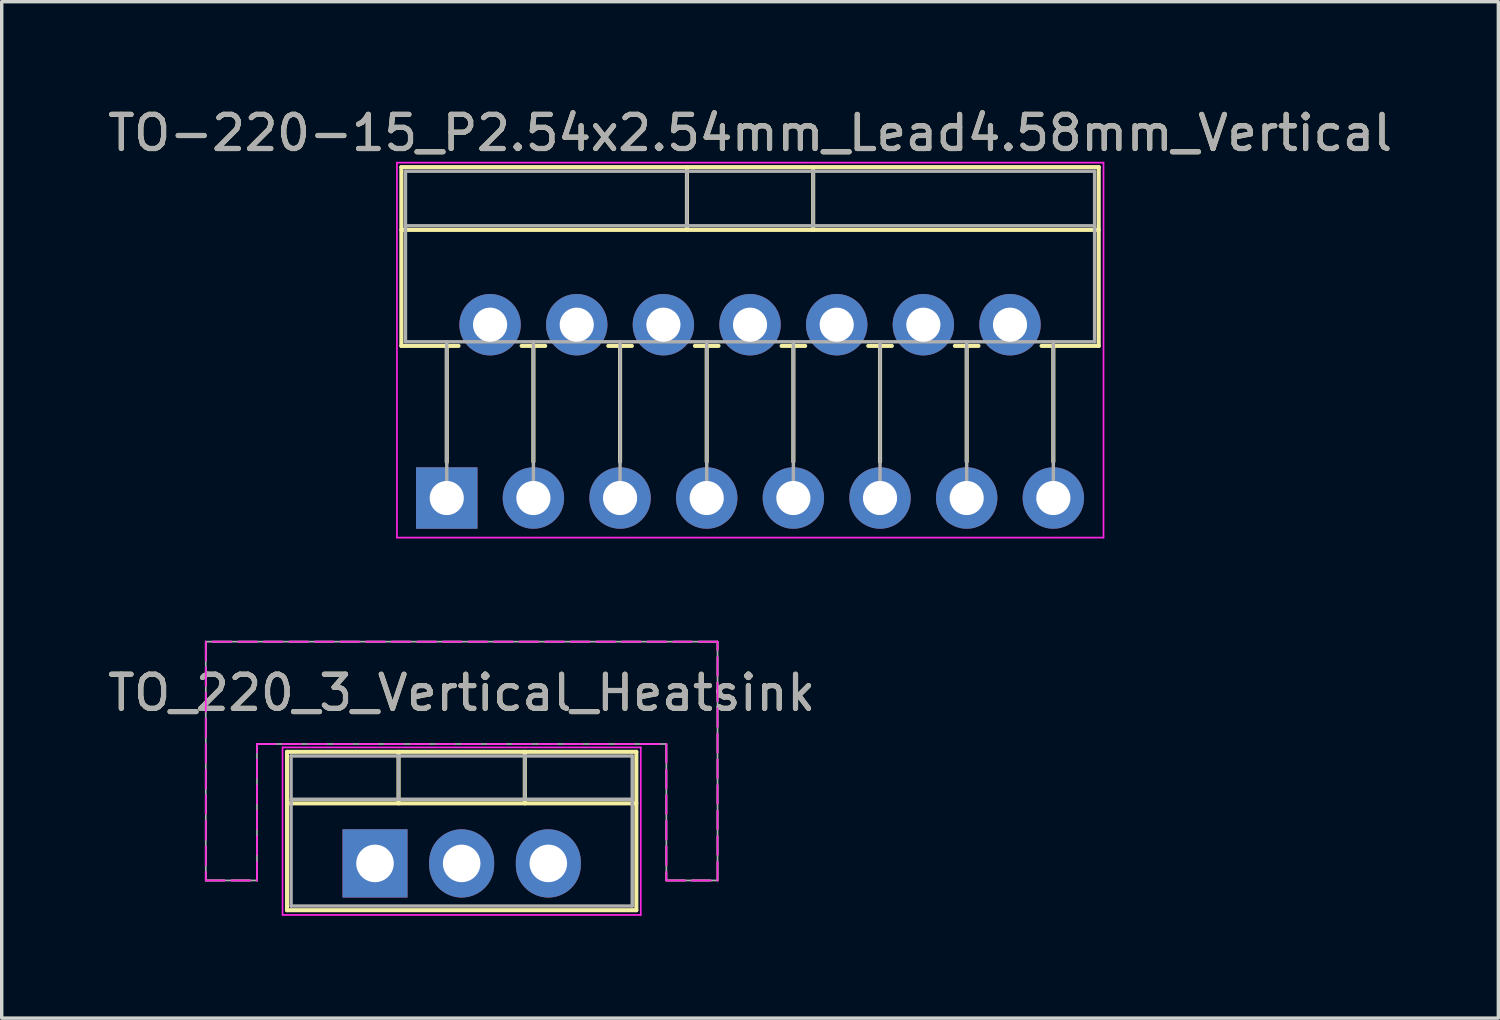
<source format=kicad_pcb>
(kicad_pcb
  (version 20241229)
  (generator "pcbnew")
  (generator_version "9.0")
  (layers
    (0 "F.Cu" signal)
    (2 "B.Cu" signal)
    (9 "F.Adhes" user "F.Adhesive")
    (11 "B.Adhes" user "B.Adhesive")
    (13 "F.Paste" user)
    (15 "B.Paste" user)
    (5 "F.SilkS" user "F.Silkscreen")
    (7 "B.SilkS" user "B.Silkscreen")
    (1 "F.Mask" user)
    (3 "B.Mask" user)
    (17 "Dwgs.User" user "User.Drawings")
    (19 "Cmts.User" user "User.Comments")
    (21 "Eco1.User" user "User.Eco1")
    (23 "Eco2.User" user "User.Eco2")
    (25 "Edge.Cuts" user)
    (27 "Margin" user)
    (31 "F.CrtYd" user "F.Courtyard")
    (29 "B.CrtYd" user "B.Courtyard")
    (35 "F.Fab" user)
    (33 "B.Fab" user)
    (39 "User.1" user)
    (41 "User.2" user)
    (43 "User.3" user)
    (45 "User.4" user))
  (footprint "TO_220_3_Vertical_Heatsink"
    (layer "F.Cu")
    (at 10.482 22.258)
    (property "Reference" "TO_220_3_Vertical_Heatsink" (at 0 -5 0) (layer "F.SilkS") (effects (font (size 1 1) (thickness 0.15))))
    (attr through_hole)
    (fp_line (start -5.12 -3.27) (end -5.12 1.371) (stroke (width 0.12) (type solid)) (layer "F.SilkS"))
    (fp_line (start -5.12 -3.27) (end 5.12 -3.27) (stroke (width 0.12) (type solid)) (layer "F.SilkS"))
    (fp_line (start -5.12 -1.76) (end 5.12 -1.76) (stroke (width 0.12) (type solid)) (layer "F.SilkS"))
    (fp_line (start -5.12 1.371) (end 5.12 1.371) (stroke (width 0.12) (type solid)) (layer "F.SilkS"))
    (fp_line (start -1.85 -3.27) (end -1.85 -1.76) (stroke (width 0.12) (type solid)) (layer "F.SilkS"))
    (fp_line (start 1.851 -3.27) (end 1.851 -1.76) (stroke (width 0.12) (type solid)) (layer "F.SilkS"))
    (fp_line (start 5.12 -3.27) (end 5.12 1.371) (stroke (width 0.12) (type solid)) (layer "F.SilkS"))
    (fp_poly (pts (xy 7.5 -6.5) (xy -7.5 -6.5) (xy -7.5 0.5) (xy -6 0.5) (xy -6 -3.5) (xy 6 -3.5) (xy 6 0.5) (xy 7.5 0.5)) (stroke (width 0.05) (type dash)) (fill no) (layer "F.SilkS"))
    (fp_line (start -5.25 -3.4) (end -5.25 1.51) (stroke (width 0.05) (type solid)) (layer "F.CrtYd"))
    (fp_line (start -5.25 1.51) (end 5.25 1.51) (stroke (width 0.05) (type solid)) (layer "F.CrtYd"))
    (fp_line (start 5.25 -3.4) (end -5.25 -3.4) (stroke (width 0.05) (type solid)) (layer "F.CrtYd"))
    (fp_line (start 5.25 1.51) (end 5.25 -3.4) (stroke (width 0.05) (type solid)) (layer "F.CrtYd"))
    (fp_poly (pts (xy 7.5 -6.5) (xy -7.5 -6.5) (xy -7.5 0.5) (xy -6 0.5) (xy -6 -3.5) (xy 6 -3.5) (xy 6 0.5) (xy 7.5 0.5)) (stroke (width 0.05) (type dash)) (fill no) (layer "F.CrtYd"))
    (fp_line (start -5 -3.15) (end -5 1.25) (stroke (width 0.1) (type solid)) (layer "F.Fab"))
    (fp_line (start -5 -1.88) (end 5 -1.88) (stroke (width 0.1) (type solid)) (layer "F.Fab"))
    (fp_line (start -5 1.25) (end 5 1.25) (stroke (width 0.1) (type solid)) (layer "F.Fab"))
    (fp_line (start -1.85 -3.15) (end -1.85 -1.88) (stroke (width 0.1) (type solid)) (layer "F.Fab"))
    (fp_line (start 1.85 -3.15) (end 1.85 -1.88) (stroke (width 0.1) (type solid)) (layer "F.Fab"))
    (fp_line (start 5 -3.15) (end -5 -3.15) (stroke (width 0.1) (type solid)) (layer "F.Fab"))
    (fp_line (start 5 1.25) (end 5 -3.15) (stroke (width 0.1) (type solid)) (layer "F.Fab"))
    (fp_poly (pts (xy 7.5 -6.5) (xy -7.5 -6.5) (xy -7.5 0.5) (xy -6 0.5) (xy -6 -3.5) (xy 6 -3.5) (xy 6 0.5) (xy 7.5 0.5)) (stroke (width 0.05) (type solid)) (fill no) (layer "F.Fab"))
    (fp_text user "${REFERENCE}" (at 0 -5 0) (layer "F.Fab") (effects (font (size 1 1) (thickness 0.15))))
    (pad "1" thru_hole rect (at -2.54 0) (size 1.905 2) (drill 1.1) (layers "*.Cu" "*.Mask"))
    (pad "2" thru_hole oval (at 0 0) (size 1.905 2) (drill 1.1) (layers "*.Cu" "*.Mask"))
    (pad "3" thru_hole oval (at 2.54 0) (size 1.905 2) (drill 1.1) (layers "*.Cu" "*.Mask")))
  (footprint "TO-220-15_P2.54x2.54mm_Lead4.58mm_Vertical"
    (layer "F.Cu")
    (at 10.045 11.548)
    (property "Reference" "TO-220-15_P2.54x2.54mm_Lead4.58mm_Vertical" (at 8.89 -10.7 0) (layer "F.SilkS") (effects (font (size 1 1) (thickness 0.15))))
    (attr through_hole)
    (fp_line (start -1.33 -9.7) (end -1.33 -4.459) (stroke (width 0.12) (type solid)) (layer "F.SilkS"))
    (fp_line (start -1.33 -9.7) (end 19.11 -9.7) (stroke (width 0.12) (type solid)) (layer "F.SilkS"))
    (fp_line (start -1.33 -7.86) (end 19.11 -7.86) (stroke (width 0.12) (type solid)) (layer "F.SilkS"))
    (fp_line (start -1.33 -4.459) (end 0.346 -4.459) (stroke (width 0.12) (type solid)) (layer "F.SilkS"))
    (fp_line (start 0 -4.459) (end 0 -1.05) (stroke (width 0.12) (type solid)) (layer "F.SilkS"))
    (fp_line (start 2.195 -4.459) (end 2.886 -4.459) (stroke (width 0.12) (type solid)) (layer "F.SilkS"))
    (fp_line (start 2.54 -4.459) (end 2.54 -1.065) (stroke (width 0.12) (type solid)) (layer "F.SilkS"))
    (fp_line (start 4.735 -4.459) (end 5.426 -4.459) (stroke (width 0.12) (type solid)) (layer "F.SilkS"))
    (fp_line (start 5.08 -4.459) (end 5.08 -1.065) (stroke (width 0.12) (type solid)) (layer "F.SilkS"))
    (fp_line (start 7.041 -9.7) (end 7.041 -7.86) (stroke (width 0.12) (type solid)) (layer "F.SilkS"))
    (fp_line (start 7.275 -4.459) (end 7.966 -4.459) (stroke (width 0.12) (type solid)) (layer "F.SilkS"))
    (fp_line (start 7.62 -4.459) (end 7.62 -1.065) (stroke (width 0.12) (type solid)) (layer "F.SilkS"))
    (fp_line (start 9.815 -4.459) (end 10.506 -4.459) (stroke (width 0.12) (type solid)) (layer "F.SilkS"))
    (fp_line (start 10.16 -4.459) (end 10.16 -1.065) (stroke (width 0.12) (type solid)) (layer "F.SilkS"))
    (fp_line (start 10.74 -9.7) (end 10.74 -7.86) (stroke (width 0.12) (type solid)) (layer "F.SilkS"))
    (fp_line (start 12.355 -4.459) (end 13.046 -4.459) (stroke (width 0.12) (type solid)) (layer "F.SilkS"))
    (fp_line (start 12.7 -4.459) (end 12.7 -1.065) (stroke (width 0.12) (type solid)) (layer "F.SilkS"))
    (fp_line (start 14.895 -4.459) (end 15.586 -4.459) (stroke (width 0.12) (type solid)) (layer "F.SilkS"))
    (fp_line (start 15.24 -4.459) (end 15.24 -1.065) (stroke (width 0.12) (type solid)) (layer "F.SilkS"))
    (fp_line (start 17.435 -4.459) (end 19.11 -4.459) (stroke (width 0.12) (type solid)) (layer "F.SilkS"))
    (fp_line (start 17.78 -4.459) (end 17.78 -1.065) (stroke (width 0.12) (type solid)) (layer "F.SilkS"))
    (fp_line (start 19.11 -9.7) (end 19.11 -4.459) (stroke (width 0.12) (type solid)) (layer "F.SilkS"))
    (fp_line (start -1.46 -9.83) (end -1.46 1.16) (stroke (width 0.05) (type solid)) (layer "F.CrtYd"))
    (fp_line (start -1.46 1.16) (end 19.25 1.16) (stroke (width 0.05) (type solid)) (layer "F.CrtYd"))
    (fp_line (start 19.25 -9.83) (end -1.46 -9.83) (stroke (width 0.05) (type solid)) (layer "F.CrtYd"))
    (fp_line (start 19.25 1.16) (end 19.25 -9.83) (stroke (width 0.05) (type solid)) (layer "F.CrtYd"))
    (fp_line (start -1.21 -9.58) (end -1.21 -4.58) (stroke (width 0.1) (type solid)) (layer "F.Fab"))
    (fp_line (start -1.21 -7.98) (end 18.99 -7.98) (stroke (width 0.1) (type solid)) (layer "F.Fab"))
    (fp_line (start -1.21 -4.58) (end 18.99 -4.58) (stroke (width 0.1) (type solid)) (layer "F.Fab"))
    (fp_line (start 0 -4.58) (end 0 0) (stroke (width 0.1) (type solid)) (layer "F.Fab"))
    (fp_line (start 2.54 -4.58) (end 2.54 0) (stroke (width 0.1) (type solid)) (layer "F.Fab"))
    (fp_line (start 5.08 -4.58) (end 5.08 0) (stroke (width 0.1) (type solid)) (layer "F.Fab"))
    (fp_line (start 7.04 -9.58) (end 7.04 -7.98) (stroke (width 0.1) (type solid)) (layer "F.Fab"))
    (fp_line (start 7.62 -4.58) (end 7.62 0) (stroke (width 0.1) (type solid)) (layer "F.Fab"))
    (fp_line (start 10.16 -4.58) (end 10.16 0) (stroke (width 0.1) (type solid)) (layer "F.Fab"))
    (fp_line (start 10.74 -9.58) (end 10.74 -7.98) (stroke (width 0.1) (type solid)) (layer "F.Fab"))
    (fp_line (start 12.7 -4.58) (end 12.7 0) (stroke (width 0.1) (type solid)) (layer "F.Fab"))
    (fp_line (start 15.24 -4.58) (end 15.24 0) (stroke (width 0.1) (type solid)) (layer "F.Fab"))
    (fp_line (start 17.78 -4.58) (end 17.78 0) (stroke (width 0.1) (type solid)) (layer "F.Fab"))
    (fp_line (start 18.99 -9.58) (end -1.21 -9.58) (stroke (width 0.1) (type solid)) (layer "F.Fab"))
    (fp_line (start 18.99 -4.58) (end 18.99 -9.58) (stroke (width 0.1) (type solid)) (layer "F.Fab"))
    (fp_text user "${REFERENCE}" (at 8.89 -10.7 0) (layer "F.Fab") (effects (font (size 1 1) (thickness 0.15))))
    (pad "1" thru_hole rect (at 0 0) (size 1.8 1.8) (drill 1) (layers "*.Cu" "*.Mask"))
    (pad "2" thru_hole oval (at 1.27 -5.08) (size 1.8 1.8) (drill 1) (layers "*.Cu" "*.Mask"))
    (pad "3" thru_hole oval (at 2.54 0) (size 1.8 1.8) (drill 1) (layers "*.Cu" "*.Mask"))
    (pad "4" thru_hole oval (at 3.81 -5.08) (size 1.8 1.8) (drill 1) (layers "*.Cu" "*.Mask"))
    (pad "5" thru_hole oval (at 5.08 0) (size 1.8 1.8) (drill 1) (layers "*.Cu" "*.Mask"))
    (pad "6" thru_hole oval (at 6.35 -5.08) (size 1.8 1.8) (drill 1) (layers "*.Cu" "*.Mask"))
    (pad "7" thru_hole oval (at 7.62 0) (size 1.8 1.8) (drill 1) (layers "*.Cu" "*.Mask"))
    (pad "8" thru_hole oval (at 8.89 -5.08) (size 1.8 1.8) (drill 1) (layers "*.Cu" "*.Mask"))
    (pad "9" thru_hole oval (at 10.16 0) (size 1.8 1.8) (drill 1) (layers "*.Cu" "*.Mask"))
    (pad "10" thru_hole oval (at 11.43 -5.08) (size 1.8 1.8) (drill 1) (layers "*.Cu" "*.Mask"))
    (pad "11" thru_hole oval (at 12.7 0) (size 1.8 1.8) (drill 1) (layers "*.Cu" "*.Mask"))
    (pad "12" thru_hole oval (at 13.97 -5.08) (size 1.8 1.8) (drill 1) (layers "*.Cu" "*.Mask"))
    (pad "13" thru_hole oval (at 15.24 0) (size 1.8 1.8) (drill 1) (layers "*.Cu" "*.Mask"))
    (pad "14" thru_hole oval (at 16.51 -5.08) (size 1.8 1.8) (drill 1) (layers "*.Cu" "*.Mask"))
    (pad "15" thru_hole oval (at 17.78 0) (size 1.8 1.8) (drill 1) (layers "*.Cu" "*.Mask")))
  (gr_rect
    (start -3 -3)
    (end 40.869 26.793)
    (stroke (width 0.1) (type default))
    (fill no)
    (layer "Edge.Cuts")))
</source>
